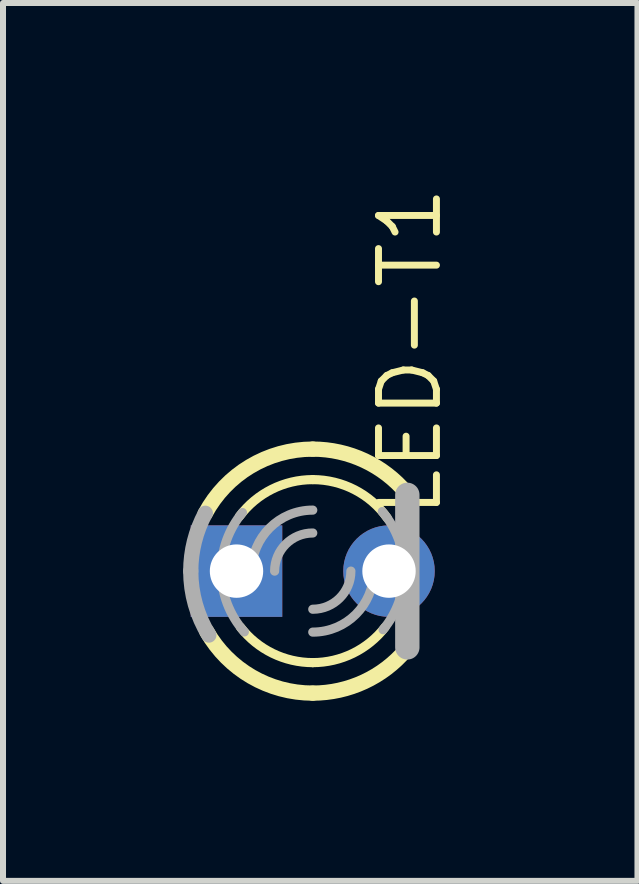
<source format=kicad_pcb>
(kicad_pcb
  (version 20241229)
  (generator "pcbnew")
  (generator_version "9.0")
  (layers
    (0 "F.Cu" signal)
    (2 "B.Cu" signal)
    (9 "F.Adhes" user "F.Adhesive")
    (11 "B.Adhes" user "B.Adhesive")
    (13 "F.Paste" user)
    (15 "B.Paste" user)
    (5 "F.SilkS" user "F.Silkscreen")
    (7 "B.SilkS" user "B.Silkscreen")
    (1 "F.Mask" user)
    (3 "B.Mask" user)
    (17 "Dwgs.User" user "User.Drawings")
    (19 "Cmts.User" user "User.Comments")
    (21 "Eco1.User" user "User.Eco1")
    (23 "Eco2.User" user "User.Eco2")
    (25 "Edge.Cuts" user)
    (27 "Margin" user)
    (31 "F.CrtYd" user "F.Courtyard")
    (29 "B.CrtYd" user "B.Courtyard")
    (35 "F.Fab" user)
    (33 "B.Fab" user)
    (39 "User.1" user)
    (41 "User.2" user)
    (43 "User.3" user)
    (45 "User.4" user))
  (footprint "LED-T1"
    (layer "F.Cu")
    (at 2.159 6.462)
    (property "Reference" "LED-T1" (at 2.184 -0.838 270) (layer "F.SilkS") (effects (font (size 0.965 0.965) (thickness 0.116)) (justify left bottom)))
    (attr through_hole)
    (fp_arc (start -1.7929 -0.9562) (mid -1.045438 -1.7424) (end 0 -2.032) (stroke (width 0.254) (type solid)) (layer "F.SilkS"))
    (fp_arc (start -1.2192 -0.9144) (mid -0.681554 -1.363107) (end 0 -1.524) (stroke (width 0.1524) (type solid)) (layer "F.SilkS"))
    (fp_arc (start 0 -2.032) (mid 0.861864 -1.840173) (end 1.561 -1.3009) (stroke (width 0.254) (type solid)) (layer "F.SilkS"))
    (fp_arc (start 0 -1.524) (mid 0.697339 -1.355082) (end 1.2401 -0.885801) (stroke (width 0.1524) (type solid)) (layer "F.SilkS"))
    (fp_arc (start 0 1.524) (mid -0.669593 1.369018) (end -1.203 0.9356) (stroke (width 0.1524) (type solid)) (layer "F.SilkS"))
    (fp_arc (start 0 2.032) (mid -1.019924 1.757525) (end -1.7643 1.0082) (stroke (width 0.254) (type solid)) (layer "F.SilkS"))
    (fp_arc (start 1.203 0.9356) (mid 0.669593 1.369018) (end 0 1.524) (stroke (width 0.1524) (type solid)) (layer "F.SilkS"))
    (fp_arc (start 1.5512 1.3126) (mid 0.854953 1.843405) (end 0 2.032) (stroke (width 0.254) (type solid)) (layer "F.SilkS"))
    (fp_line (start 1.575 1.27) (end 1.575 -1.27) (stroke (width 0.406) (type solid)) (layer "F.Fab"))
    (fp_arc (start -2.032 0) (mid -1.970339 -0.496775) (end -1.7891 -0.9634) (stroke (width 0.254) (type solid)) (layer "F.Fab"))
    (fp_arc (start -1.7306 1.065) (mid -1.95521 0.553417) (end -2.032 0) (stroke (width 0.254) (type solid)) (layer "F.Fab"))
    (fp_arc (start -1.524 0) (mid -1.432981 -0.518783) (end -1.1708 -0.9756) (stroke (width 0.1524) (type solid)) (layer "F.Fab"))
    (fp_arc (start -1.1391 1.0125) (mid -1.42454 0.5416) (end -1.524 0) (stroke (width 0.1524) (type solid)) (layer "F.Fab"))
    (fp_arc (start -1.016 0) (mid -0.71842 -0.71842) (end 0 -1.016) (stroke (width 0.1524) (type solid)) (layer "F.Fab"))
    (fp_arc (start -0.635 0) (mid -0.449013 -0.449013) (end 0 -0.635) (stroke (width 0.1524) (type solid)) (layer "F.Fab"))
    (fp_arc (start 0.635 0) (mid 0.449013 0.449013) (end 0 0.635) (stroke (width 0.1524) (type solid)) (layer "F.Fab"))
    (fp_arc (start 1.016 0) (mid 0.71842 0.71842) (end 0 1.016) (stroke (width 0.1524) (type solid)) (layer "F.Fab"))
    (fp_arc (start 1.1571 -0.9918) (mid 1.429332 -0.528744) (end 1.524 0) (stroke (width 0.1524) (type solid)) (layer "F.Fab"))
    (fp_arc (start 1.524 0) (mid 1.432981 0.518783) (end 1.1708 0.9756) (stroke (width 0.1524) (type solid)) (layer "F.Fab"))
    (pad "A" thru_hole rect (at -1.27 0) (size 1.524 1.524) (drill 0.889) (layers "*.Cu" "*.Mask"))
    (pad "K" thru_hole circle (at 1.27 0) (size 1.524 1.524) (drill 0.889) (layers "*.Cu" "*.Mask")))
  (gr_rect
    (start -3 -3)
    (end 7.567 11.621)
    (stroke (width 0.1) (type default))
    (fill no)
    (layer "Edge.Cuts")))
</source>
